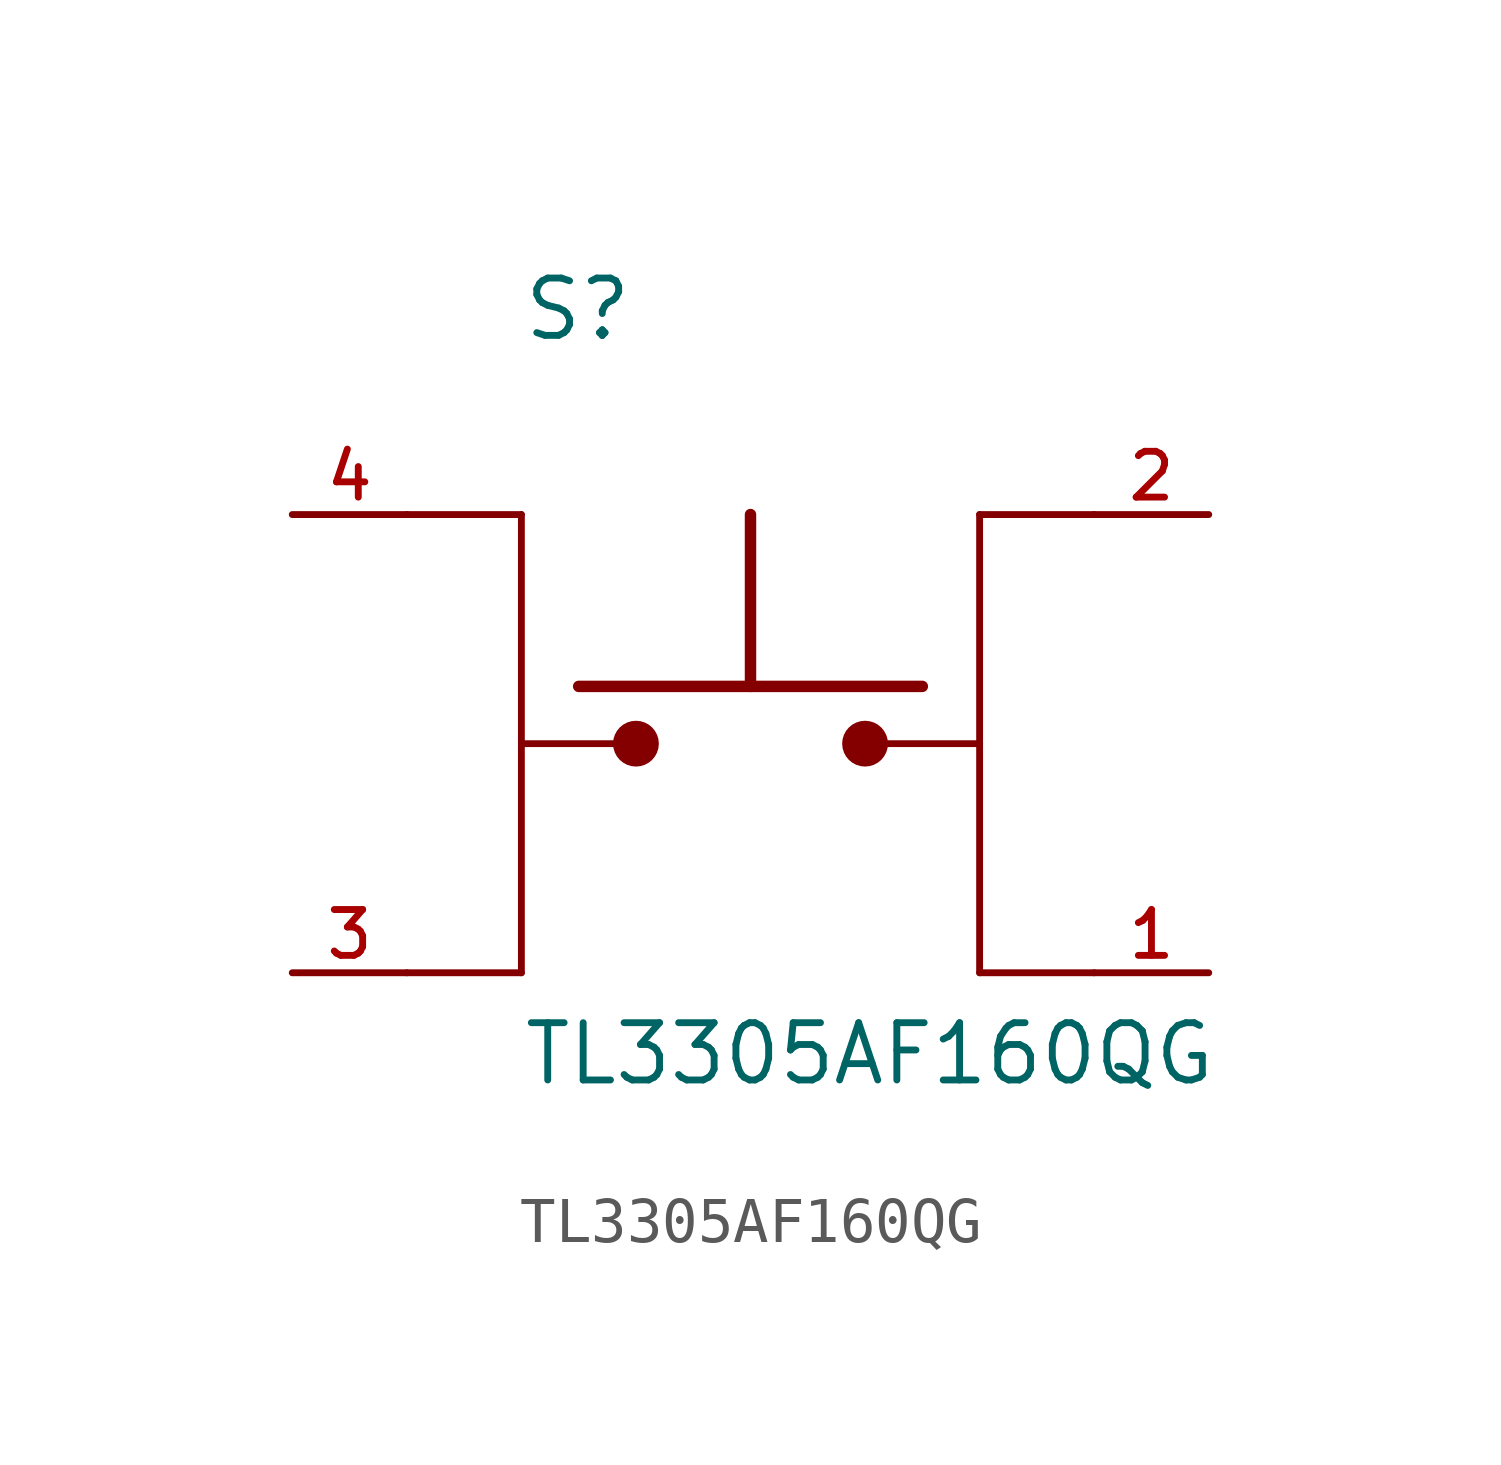
<source format=kicad_sym>
(kicad_symbol_lib
  (version 20211014)
  (generator kicad_symbol_editor)
  (symbol "TL3305AF160QG"
    (pin_names
      (offset 1.016))
    (property "Reference" "S"
      (at -5.08 8.89 0)
      (effects (font (size 1.27 1.27)) (justify bottom left)))
    (property "Value" "TL3305AF160QG"
      (at -5.08 -7.62 0)
      (effects (font (size 1.27 1.27)) (justify bottom left)))
    (symbol "TL3305AF160QG_0_0"
      (circle (center -2.54 0.0) (radius 0.254) (stroke (width 0.508)) (fill (type none)))
      (circle (center 2.54 0.0) (radius 0.254) (stroke (width 0.508)) (fill (type none)))
      (polyline (pts (xy -3.81 1.27) (xy 0.0 1.27)) (stroke (width 0.254)))
      (polyline (pts (xy 0.0 1.27) (xy 3.81 1.27)) (stroke (width 0.254)))
      (polyline (pts (xy 0.0 1.27) (xy 0.0 5.08)) (stroke (width 0.254)))
      (polyline (pts (xy -7.62 5.08) (xy -5.08 5.08)) (stroke (width 0.152)))
      (polyline (pts (xy -5.08 5.08) (xy -5.08 0.0)) (stroke (width 0.152)))
      (polyline (pts (xy -5.08 0.0) (xy -2.54 0.0)) (stroke (width 0.152)))
      (polyline (pts (xy -7.62 -5.08) (xy -5.08 -5.08)) (stroke (width 0.152)))
      (polyline (pts (xy -5.08 -5.08) (xy -5.08 0.0)) (stroke (width 0.152)))
      (polyline (pts (xy 7.62 -5.08) (xy 5.08 -5.08)) (stroke (width 0.152)))
      (polyline (pts (xy 5.08 -5.08) (xy 5.08 0.0)) (stroke (width 0.152)))
      (polyline (pts (xy 5.08 0.0) (xy 2.54 0.0)) (stroke (width 0.152)))
      (polyline (pts (xy 5.08 0.0) (xy 5.08 5.08)) (stroke (width 0.152)))
      (polyline (pts (xy 5.08 5.08) (xy 7.62 5.08)) (stroke (width 0.152)))
      (pin passive line (at -10.16 5.08 0) (length 2.54) (name "~" (effects (font (size 1.016 1.016)))) (number "4" (effects (font (size 1.016 1.016)))))
      (pin passive line (at 10.16 5.08 180.0) (length 2.54) (name "~" (effects (font (size 1.016 1.016)))) (number "2" (effects (font (size 1.016 1.016)))))
      (pin passive line (at -10.16 -5.08 0) (length 2.54) (name "~" (effects (font (size 1.016 1.016)))) (number "3" (effects (font (size 1.016 1.016)))))
      (pin passive line (at 10.16 -5.08 180.0) (length 2.54) (name "~" (effects (font (size 1.016 1.016)))) (number "1" (effects (font (size 1.016 1.016))))))))
</source>
